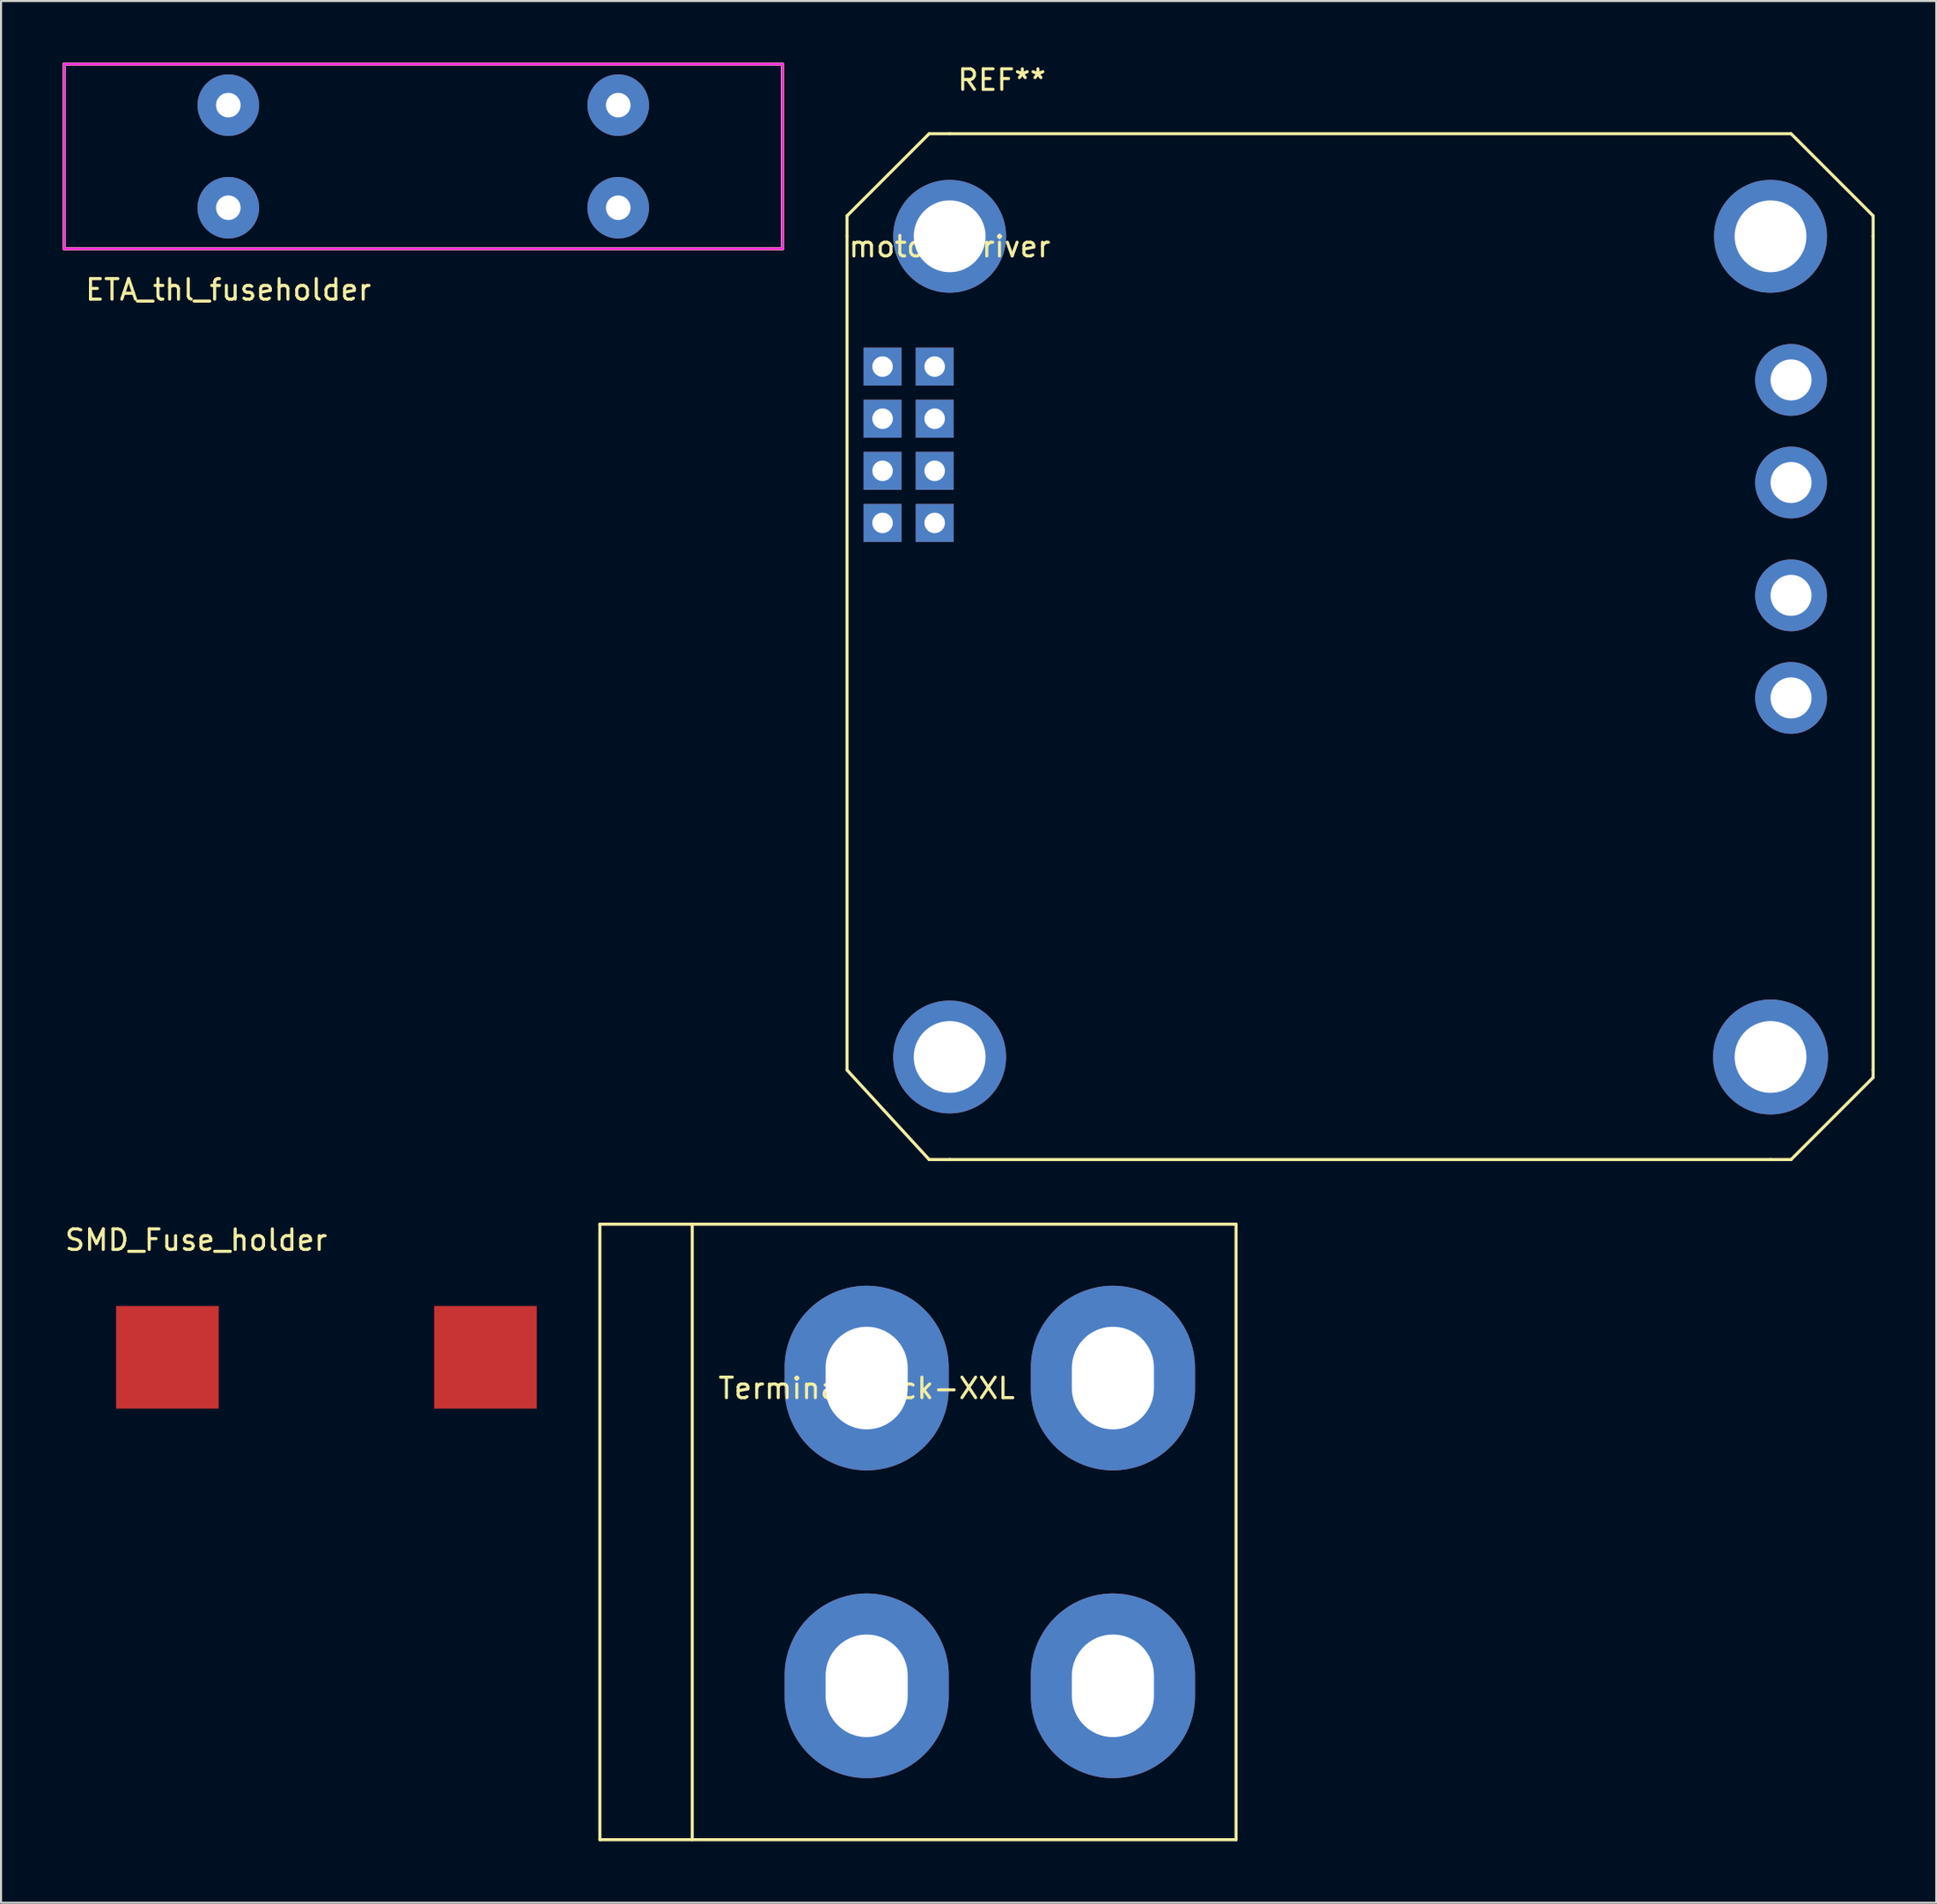
<source format=kicad_pcb>
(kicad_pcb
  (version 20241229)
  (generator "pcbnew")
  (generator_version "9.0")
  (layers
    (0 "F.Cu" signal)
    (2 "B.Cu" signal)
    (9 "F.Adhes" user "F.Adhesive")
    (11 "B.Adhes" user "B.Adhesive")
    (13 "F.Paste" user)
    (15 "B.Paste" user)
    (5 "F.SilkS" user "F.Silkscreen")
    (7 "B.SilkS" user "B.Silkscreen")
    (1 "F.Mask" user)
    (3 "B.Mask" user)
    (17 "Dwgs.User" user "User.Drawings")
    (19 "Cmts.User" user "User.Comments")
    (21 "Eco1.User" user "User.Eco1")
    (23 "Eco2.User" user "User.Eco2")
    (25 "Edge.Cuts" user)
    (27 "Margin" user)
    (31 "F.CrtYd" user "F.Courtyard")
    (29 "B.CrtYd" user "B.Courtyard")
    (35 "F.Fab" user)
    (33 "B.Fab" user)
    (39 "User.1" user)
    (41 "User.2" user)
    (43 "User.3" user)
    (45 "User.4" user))
  (footprint "ETA_thl_fuseholder"
    (layer "F.Cu")
    (at 8.075 7.075)
    (property "Reference" "ETA_thl_fuseholder" (at 0 4 0) (layer "F.SilkS") (effects (font (size 1 1) (thickness 0.15))))
    (attr through_hole)
    (fp_line (start -8 -7) (end -8 2) (stroke (width 0.15) (type solid)) (layer "F.SilkS"))
    (fp_line (start -8 2) (end 27 2) (stroke (width 0.15) (type solid)) (layer "F.SilkS"))
    (fp_line (start 27 -7) (end -8 -7) (stroke (width 0.15) (type solid)) (layer "F.SilkS"))
    (fp_line (start 27 2) (end 27 -7) (stroke (width 0.15) (type solid)) (layer "F.SilkS"))
    (fp_line (start -8 -7) (end -8 2) (stroke (width 0.12) (type solid)) (layer "F.CrtYd"))
    (fp_line (start -8 2) (end 27 2) (stroke (width 0.12) (type solid)) (layer "F.CrtYd"))
    (fp_line (start 27 -7) (end -8 -7) (stroke (width 0.12) (type solid)) (layer "F.CrtYd"))
    (fp_line (start 27 2) (end 27 -7) (stroke (width 0.12) (type solid)) (layer "F.CrtYd"))
    (pad "1" thru_hole circle (at 0 -5) (size 3 3) (drill 1.2) (layers "*.Cu" "*.Mask"))
    (pad "1" thru_hole circle (at 0 0) (size 3 3) (drill 1.2) (layers "*.Cu" "*.Mask"))
    (pad "2" thru_hole circle (at 19 -5) (size 3 3) (drill 1.2) (layers "*.Cu" "*.Mask"))
    (pad "2" thru_hole circle (at 19 0) (size 3 3) (drill 1.2) (layers "*.Cu" "*.Mask")))
  (footprint "motor-driver"
    (layer "F.Cu")
    (at 43.225 8.468)
    (property "Reference" "motor-driver" (at 0 0.5 0) (layer "F.SilkS") (effects (font (size 1 1) (thickness 0.15))))
    (attr through_hole)
    (fp_line (start -5 -1) (end -5 0) (stroke (width 0.15) (type solid)) (layer "F.SilkS"))
    (fp_line (start -5 40.64) (end -5 0) (stroke (width 0.15) (type solid)) (layer "F.SilkS"))
    (fp_line (start -5 40.64) (end -1 45) (stroke (width 0.15) (type solid)) (layer "F.SilkS"))
    (fp_line (start -1 -5) (end -5 -1) (stroke (width 0.15) (type solid)) (layer "F.SilkS"))
    (fp_line (start -1 45) (end 0 45) (stroke (width 0.15) (type solid)) (layer "F.SilkS"))
    (fp_line (start 0 -5) (end -1 -5) (stroke (width 0.15) (type solid)) (layer "F.SilkS"))
    (fp_line (start 0 -5) (end 41 -5) (stroke (width 0.15) (type solid)) (layer "F.SilkS"))
    (fp_line (start 40 45) (end 0 45) (stroke (width 0.15) (type solid)) (layer "F.SilkS"))
    (fp_line (start 40 45) (end 41 45) (stroke (width 0.15) (type solid)) (layer "F.SilkS"))
    (fp_line (start 41 45) (end 45 41) (stroke (width 0.15) (type solid)) (layer "F.SilkS"))
    (fp_line (start 45 -1) (end 41 -5) (stroke (width 0.15) (type solid)) (layer "F.SilkS"))
    (fp_line (start 45 0) (end 45 -1) (stroke (width 0.15) (type solid)) (layer "F.SilkS"))
    (fp_line (start 45 0) (end 45 40.64) (stroke (width 0.15) (type solid)) (layer "F.SilkS"))
    (fp_line (start 45 41) (end 45 40.64) (stroke (width 0.15) (type solid)) (layer "F.SilkS"))
    (fp_text user "REF**" (at 2.54 -7.62 0) (layer "F.SilkS") (effects (font (size 1 1) (thickness 0.15))))
    (pad "" thru_hole circle (at 0 0) (size 5.5 5.5) (drill 3.5) (layers "*.Cu" "*.Mask"))
    (pad "" thru_hole circle (at 0 40) (size 5.5 5.5) (drill 3.5) (layers "*.Cu" "*.Mask"))
    (pad "" thru_hole circle (at 40 0) (size 5.5 5.5) (drill 3.5) (layers "*.Cu" "*.Mask"))
    (pad "" thru_hole circle (at 40 40) (size 5.6 5.6) (drill 3.5) (layers "*.Cu" "*.Mask"))
    (pad "1" thru_hole rect (at -0.73 6.35) (size 1.85 1.85) (drill 1) (layers "*.Cu" "*.Mask"))
    (pad "2" thru_hole rect (at -3.27 6.35) (size 1.85 1.85) (drill 1) (layers "*.Cu" "*.Mask"))
    (pad "3" thru_hole rect (at -0.73 8.89) (size 1.85 1.85) (drill 1) (layers "*.Cu" "*.Mask"))
    (pad "4" thru_hole rect (at -3.27 8.89) (size 1.85 1.85) (drill 1) (layers "*.Cu" "*.Mask"))
    (pad "5" thru_hole rect (at -0.73 11.43) (size 1.85 1.85) (drill 1) (layers "*.Cu" "*.Mask"))
    (pad "6" thru_hole rect (at -3.27 11.43) (size 1.85 1.85) (drill 1) (layers "*.Cu" "*.Mask"))
    (pad "7" thru_hole rect (at -0.73 13.97) (size 1.85 1.85) (drill 1) (layers "*.Cu" "*.Mask"))
    (pad "8" thru_hole rect (at -3.27 13.97) (size 1.85 1.85) (drill 1) (layers "*.Cu" "*.Mask"))
    (pad "9" thru_hole circle (at 41 22.5) (size 3.5 3.5) (drill 2) (layers "*.Cu" "*.Mask"))
    (pad "10" thru_hole circle (at 41 17.5) (size 3.5 3.5) (drill 2) (layers "*.Cu" "*.Mask"))
    (pad "11" thru_hole circle (at 41 12) (size 3.5 3.5) (drill 2) (layers "*.Cu" "*.Mask"))
    (pad "12" thru_hole circle (at 41 7) (size 3.5 3.5) (drill 2) (layers "*.Cu" "*.Mask")))
  (footprint "SMD_Fuse_holder"
    (layer "F.Cu")
    (at 12.856 63.106)
    (property "Reference" "SMD_Fuse_holder" (at -6.35 -5.715 0) (layer "F.SilkS") (effects (font (size 1 1) (thickness 0.15))))
    (attr through_hole)
    (pad "1" smd rect (at -7.75 0) (size 5 5) (layers "F.Cu" "F.Mask" "F.Paste"))
    (pad "2" smd rect (at 7.75 0) (size 5 5) (layers "F.Cu" "F.Mask" "F.Paste")))
  (footprint "TerminalBlock-XXL"
    (layer "F.Cu")
    (at 42.681 72.118)
    (property "Reference" "TerminalBlock-XXL" (at -3.5 -7.5 0) (layer "F.SilkS") (effects (font (size 1 1) (thickness 0.15))))
    (attr through_hole)
    (fp_line (start -16.5 -15.5) (end -16.5 14.5) (stroke (width 0.15) (type solid)) (layer "F.SilkS"))
    (fp_line (start -16.5 14.5) (end 14.5 14.5) (stroke (width 0.15) (type solid)) (layer "F.SilkS"))
    (fp_line (start -12 -15.5) (end -12 14.5) (stroke (width 0.15) (type solid)) (layer "F.SilkS"))
    (fp_line (start 14.5 -15.5) (end -16.5 -15.5) (stroke (width 0.15) (type solid)) (layer "F.SilkS"))
    (fp_line (start 14.5 -15.5) (end 14.5 14.5) (stroke (width 0.15) (type solid)) (layer "F.SilkS"))
    (pad "1" thru_hole oval (at -3.5 -8 90) (size 9 8) (drill oval 5 4) (layers "*.Cu" "*.Mask"))
    (pad "1" thru_hole oval (at 8.5 -8 90) (size 9 8) (drill oval 5 4) (layers "*.Cu" "*.Mask"))
    (pad "2" thru_hole oval (at -3.5 7 90) (size 9 8) (drill oval 5 4) (layers "*.Cu" "*.Mask"))
    (pad "2" thru_hole oval (at 8.5 7 90) (size 9 8) (drill oval 5 4) (layers "*.Cu" "*.Mask")))
  (gr_rect
    (start -3 -3)
    (end 91.3 89.693)
    (stroke (width 0.1) (type default))
    (fill no)
    (layer "Edge.Cuts")))
</source>
